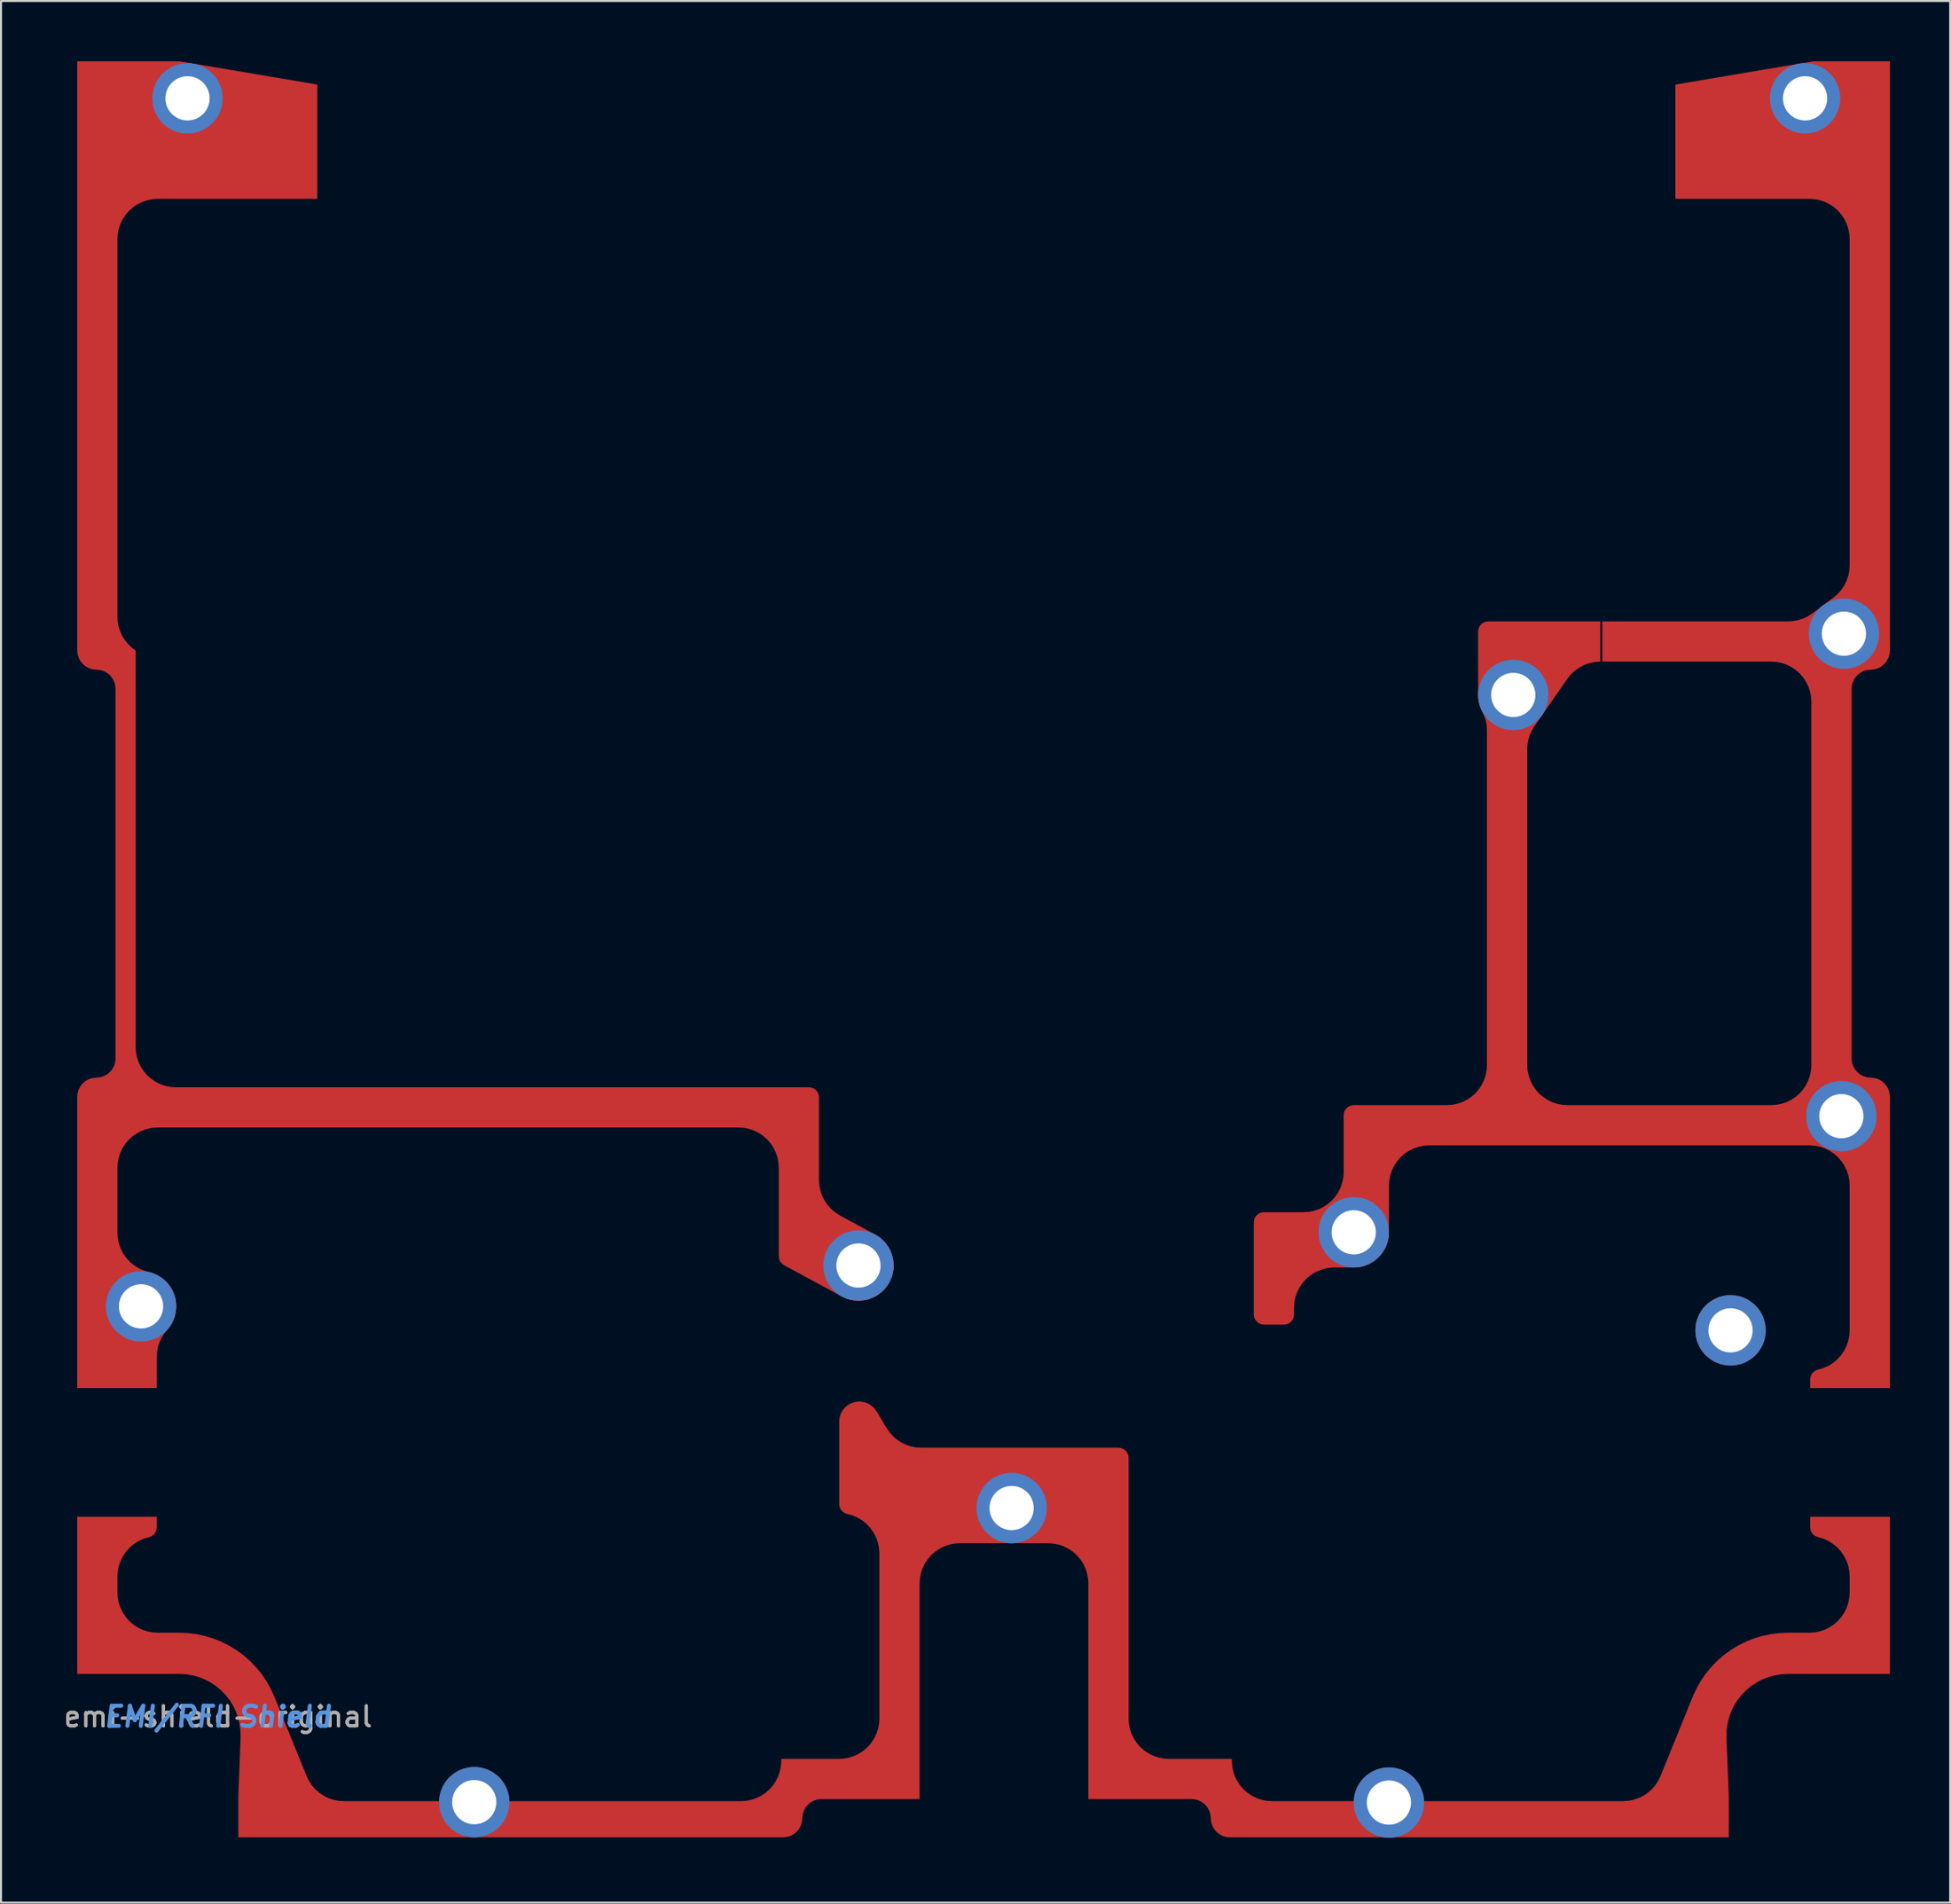
<source format=kicad_pcb>
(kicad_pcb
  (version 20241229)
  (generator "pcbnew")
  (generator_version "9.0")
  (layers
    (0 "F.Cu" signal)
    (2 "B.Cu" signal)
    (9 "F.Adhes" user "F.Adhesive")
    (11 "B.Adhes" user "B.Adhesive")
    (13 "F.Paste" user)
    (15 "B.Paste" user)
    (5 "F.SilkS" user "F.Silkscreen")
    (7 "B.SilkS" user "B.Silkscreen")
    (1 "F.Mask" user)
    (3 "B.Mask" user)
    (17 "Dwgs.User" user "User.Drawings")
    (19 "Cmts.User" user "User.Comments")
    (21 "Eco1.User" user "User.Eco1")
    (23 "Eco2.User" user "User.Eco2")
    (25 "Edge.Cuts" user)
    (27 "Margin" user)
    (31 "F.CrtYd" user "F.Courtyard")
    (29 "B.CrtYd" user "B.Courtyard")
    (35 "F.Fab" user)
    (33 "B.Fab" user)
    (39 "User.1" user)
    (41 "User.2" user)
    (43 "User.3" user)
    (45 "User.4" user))
  (footprint "emi-shield-original"
    (layer "F.Cu")
    (at 0.792 88.354)
    (property "Reference" "emi-shield-original" (at 7 -6 0) (layer "F.SilkS") (effects (font (size 1 1) (thickness 0.15))))
    (attr through_hole)
    (fp_text user "EMI/RFI Shield" (at 7 -6 0) (layer "Cmts.User") (effects (font (size 1 1) (thickness 0.2) (italic yes))))
    (fp_text user "${REFERENCE}" (at 7 -6 0) (layer "F.Fab") (effects (font (size 1 1) (thickness 0.15))))
    (pad "1" smd custom (at 1.271 -23.432) (size 0.755 0.755) (layers "F.Cu" "F.Mask") (options (anchor circle)) (primitives (gr_poly (pts (xy -1.271 -13.411) (xy -1.253 -13.597) (xy -1.198 -13.776) (xy -1.11 -13.94) (xy -0.992 -14.085) (xy -0.848 -14.203) (xy -0.683 -14.291) (xy -0.504 -14.345) (xy -0.318 -14.364) (xy -0.133 -14.382) (xy 0.046 -14.436) (xy 0.211 -14.524) (xy 0.355 -14.642) (xy 0.474 -14.787) (xy 0.562 -14.952) (xy 0.616 -15.13) (xy 0.634 -15.316) (xy 0.634 -33.706) (xy 0.616 -33.891) (xy 0.562 -34.07) (xy 0.474 -34.235) (xy 0.355 -34.379) (xy 0.211 -34.498) (xy 0.046 -34.586) (xy -0.133 -34.64) (xy -0.318 -34.658) (xy -0.504 -34.676) (xy -0.683 -34.731) (xy -0.848 -34.819) (xy -0.992 -34.937) (xy -1.11 -35.081) (xy -1.198 -35.246) (xy -1.253 -35.425) (xy -1.271 -35.611) (xy -1.271 -64.922) (xy 3.819 -64.922) (xy 10.669 -63.765) (xy 10.669 -58.081) (xy 2.729 -58.081) (xy 2.468 -58.063) (xy 2.211 -58.012) (xy 1.964 -57.928) (xy 1.729 -57.813) (xy 1.512 -57.667) (xy 1.315 -57.495) (xy 1.142 -57.298) (xy 0.997 -57.081) (xy 0.881 -56.846) (xy 0.797 -56.598) (xy 0.746 -56.342) (xy 0.729 -56.081) (xy 0.729 -37.284) (xy 0.744 -37.037) (xy 0.79 -36.794) (xy 0.866 -36.558) (xy 0.97 -36.333) (xy 1.101 -36.123) (xy 1.257 -35.93) (xy 1.436 -35.759) (xy 1.634 -35.611) (xy 1.634 -15.882) (xy 1.651 -15.621) (xy 1.702 -15.365) (xy 1.786 -15.117) (xy 1.902 -14.882) (xy 2.047 -14.665) (xy 2.22 -14.468) (xy 2.417 -14.296) (xy 2.634 -14.15) (xy 2.869 -14.035) (xy 3.116 -13.95) (xy 3.373 -13.899) (xy 3.634 -13.882) (xy 35.127 -13.882) (xy 35.257 -13.865) (xy 35.377 -13.815) (xy 35.481 -13.736) (xy 35.56 -13.632) (xy 35.61 -13.512) (xy 35.627 -13.382) (xy 35.627 -9.262) (xy 35.645 -8.994) (xy 35.699 -8.732) (xy 35.787 -8.478) (xy 35.909 -8.239) (xy 36.061 -8.018) (xy 36.242 -7.82) (xy 36.448 -7.647) (xy 36.674 -7.504) (xy 38.425 -6.555) (xy 38.645 -6.414) (xy 38.842 -6.241) (xy 39.01 -6.041) (xy 39.147 -5.818) (xy 39.249 -5.577) (xy 39.314 -5.324) (xy 39.341 -5.064) (xy 39.328 -4.802) (xy 39.277 -4.546) (xy 39.188 -4.3) (xy 39.063 -4.07) (xy 38.906 -3.861) (xy 38.719 -3.678) (xy 38.507 -3.525) (xy 38.274 -3.405) (xy 38.027 -3.322) (xy 37.769 -3.276) (xy 37.508 -3.269) (xy 37.248 -3.301) (xy 36.996 -3.371) (xy 36.758 -3.478) (xy 33.889 -5.032) (xy 33.781 -5.111) (xy 33.698 -5.216) (xy 33.645 -5.339) (xy 33.627 -5.472) (xy 33.627 -9.882) (xy 33.61 -10.143) (xy 33.559 -10.4) (xy 33.475 -10.648) (xy 33.359 -10.882) (xy 33.214 -11.1) (xy 33.042 -11.297) (xy 32.845 -11.469) (xy 32.627 -11.614) (xy 32.393 -11.73) (xy 32.145 -11.814) (xy 31.888 -11.865) (xy 31.627 -11.882) (xy 2.729 -11.882) (xy 2.468 -11.865) (xy 2.211 -11.814) (xy 1.964 -11.73) (xy 1.729 -11.614) (xy 1.512 -11.469) (xy 1.315 -11.297) (xy 1.142 -11.1) (xy 0.997 -10.882) (xy 0.881 -10.648) (xy 0.797 -10.4) (xy 0.746 -10.143) (xy 0.729 -9.882) (xy 0.729 -6.643) (xy 0.747 -6.374) (xy 0.801 -6.11) (xy 0.891 -5.855) (xy 1.013 -5.615) (xy 1.167 -5.394) (xy 1.349 -5.195) (xy 1.557 -5.022) (xy 1.785 -4.88) (xy 2.031 -4.769) (xy 2.289 -4.692) (xy 2.538 -4.616) (xy 2.773 -4.503) (xy 2.989 -4.358) (xy 3.181 -4.181) (xy 3.344 -3.979) (xy 3.476 -3.754) (xy 3.573 -3.512) (xy 3.633 -3.259) (xy 3.654 -2.999) (xy 3.637 -2.739) (xy 3.581 -2.485) (xy 3.489 -2.241) (xy 3.361 -2.015) (xy 3.201 -1.809) (xy 3.047 -1.618) (xy 2.919 -1.409) (xy 2.817 -1.186) (xy 2.742 -0.952) (xy 2.698 -0.711) (xy 2.683 -0.466) (xy 2.683 1.08) (xy -1.271 1.08)) (width 0) (fill yes))))
    (pad "1" smd custom (at 1.432 -15.145) (size 0.992 0.992) (layers "F.Cu" "F.Mask") (options (anchor circle)) (primitives (gr_poly (pts (xy 2.521 -0.806) (xy 2.521 -0.274) (xy 2.503 -0.141) (xy 2.45 -0.017) (xy 2.366 0.088) (xy 2.257 0.167) (xy 2.13 0.214) (xy 1.872 0.29) (xy 1.625 0.401) (xy 1.397 0.544) (xy 1.189 0.716) (xy 1.006 0.915) (xy 0.852 1.137) (xy 0.729 1.377) (xy 0.64 1.632) (xy 0.586 1.896) (xy 0.568 2.165) (xy 0.568 2.965) (xy 0.585 3.226) (xy 0.636 3.483) (xy 0.72 3.731) (xy 0.836 3.965) (xy 0.981 4.183) (xy 1.153 4.38) (xy 1.35 4.552) (xy 1.568 4.697) (xy 1.802 4.813) (xy 2.05 4.897) (xy 2.307 4.948) (xy 2.568 4.965) (xy 3.648 4.965) (xy 4.079 4.984) (xy 4.507 5.038) (xy 4.929 5.129) (xy 5.341 5.255) (xy 5.742 5.415) (xy 6.128 5.609) (xy 6.495 5.835) (xy 6.843 6.09) (xy 7.168 6.375) (xy 7.467 6.686) (xy 7.739 7.021) (xy 7.982 7.377) (xy 8.193 7.753) (xy 8.373 8.146) (xy 9.978 12.098) (xy 10.093 12.335) (xy 10.238 12.554) (xy 10.41 12.753) (xy 10.607 12.927) (xy 10.826 13.074) (xy 11.061 13.191) (xy 11.31 13.276) (xy 11.568 13.328) (xy 11.831 13.345) (xy 31.588 13.345) (xy 31.849 13.328) (xy 32.106 13.277) (xy 32.353 13.193) (xy 32.588 13.077) (xy 32.806 12.932) (xy 33.002 12.76) (xy 33.175 12.563) (xy 33.32 12.345) (xy 33.436 12.111) (xy 33.52 11.863) (xy 33.571 11.606) (xy 33.588 11.345) (xy 33.588 11.24) (xy 36.47 11.24) (xy 36.731 11.223) (xy 36.987 11.172) (xy 37.235 11.088) (xy 37.47 10.972) (xy 37.687 10.827) (xy 37.884 10.655) (xy 38.056 10.458) (xy 38.202 10.24) (xy 38.317 10.006) (xy 38.401 9.758) (xy 38.452 9.501) (xy 38.47 9.24) (xy 38.47 1.017) (xy 38.451 0.744) (xy 38.395 0.476) (xy 38.303 0.218) (xy 38.177 -0.025) (xy 38.019 -0.248) (xy 37.832 -0.448) (xy 37.619 -0.62) (xy 37.385 -0.761) (xy 37.133 -0.87) (xy 36.87 -0.943) (xy 36.741 -0.988) (xy 36.629 -1.066) (xy 36.543 -1.172) (xy 36.488 -1.297) (xy 36.47 -1.433) (xy 36.47 -5.538) (xy 36.49 -5.736) (xy 36.549 -5.927) (xy 36.644 -6.102) (xy 36.773 -6.255) (xy 36.929 -6.379) (xy 37.107 -6.47) (xy 37.299 -6.523) (xy 37.499 -6.537) (xy 37.697 -6.512) (xy 37.886 -6.447) (xy 38.058 -6.346) (xy 38.207 -6.213) (xy 38.326 -6.054) (xy 38.836 -5.206) (xy 38.983 -4.995) (xy 39.155 -4.804) (xy 39.35 -4.637) (xy 39.566 -4.497) (xy 39.797 -4.385) (xy 40.041 -4.304) (xy 40.293 -4.254) (xy 40.55 -4.238) (xy 50.368 -4.238) (xy 50.497 -4.221) (xy 50.618 -4.171) (xy 50.721 -4.091) (xy 50.801 -3.988) (xy 50.851 -3.867) (xy 50.868 -3.738) (xy 50.868 9.24) (xy 50.885 9.501) (xy 50.936 9.758) (xy 51.02 10.006) (xy 51.136 10.24) (xy 51.281 10.458) (xy 51.453 10.655) (xy 51.65 10.827) (xy 51.868 10.972) (xy 52.102 11.088) (xy 52.35 11.172) (xy 52.607 11.223) (xy 52.868 11.24) (xy 56.003 11.24) (xy 56.003 11.345) (xy 56.02 11.606) (xy 56.071 11.863) (xy 56.155 12.111) (xy 56.271 12.345) (xy 56.416 12.563) (xy 56.589 12.76) (xy 56.786 12.932) (xy 57.003 13.077) (xy 57.238 13.193) (xy 57.485 13.277) (xy 57.742 13.328) (xy 58.003 13.345) (xy 75.475 13.345) (xy 75.737 13.328) (xy 75.995 13.276) (xy 76.244 13.191) (xy 76.48 13.074) (xy 76.698 12.927) (xy 76.895 12.753) (xy 77.068 12.554) (xy 77.213 12.335) (xy 77.328 12.098) (xy 78.932 8.146) (xy 79.112 7.754) (xy 79.323 7.378) (xy 79.566 7.021) (xy 79.838 6.686) (xy 80.137 6.375) (xy 80.462 6.091) (xy 80.81 5.835) (xy 81.177 5.609) (xy 81.563 5.415) (xy 81.964 5.255) (xy 82.376 5.129) (xy 82.798 5.038) (xy 83.226 4.984) (xy 83.658 4.965) (xy 84.738 4.965) (xy 84.999 4.948) (xy 85.255 4.897) (xy 85.503 4.813) (xy 85.738 4.697) (xy 85.955 4.552) (xy 86.152 4.38) (xy 86.324 4.183) (xy 86.47 3.965) (xy 86.585 3.731) (xy 86.669 3.483) (xy 86.72 3.226) (xy 86.738 2.965) (xy 86.738 2.165) (xy 86.719 1.895) (xy 86.665 1.63) (xy 86.575 1.374) (xy 86.451 1.134) (xy 86.296 0.912) (xy 86.112 0.713) (xy 85.903 0.54) (xy 85.673 0.398) (xy 85.426 0.287) (xy 85.166 0.212) (xy 85.039 0.165) (xy 84.929 0.086) (xy 84.844 -0.019) (xy 84.791 -0.143) (xy 84.773 -0.277) (xy 84.773 -0.806) (xy 88.738 -0.806) (xy 88.738 7.015) (xy 83.658 7.015) (xy 83.331 7.033) (xy 83.008 7.085) (xy 82.692 7.172) (xy 82.388 7.292) (xy 82.098 7.444) (xy 81.826 7.626) (xy 81.575 7.837) (xy 81.349 8.072) (xy 81.148 8.331) (xy 80.977 8.61) (xy 80.837 8.906) (xy 80.729 9.215) (xy 80.654 9.533) (xy 80.615 9.858) (xy 80.61 10.185) (xy 80.723 13.065) (xy 80.723 15.145) (xy 55.908 15.145) (xy 55.722 15.127) (xy 55.544 15.073) (xy 55.379 14.985) (xy 55.235 14.866) (xy 55.116 14.722) (xy 55.028 14.557) (xy 54.974 14.379) (xy 54.956 14.193) (xy 54.937 14.007) (xy 54.883 13.828) (xy 54.795 13.664) (xy 54.677 13.519) (xy 54.532 13.401) (xy 54.368 13.313) (xy 54.189 13.259) (xy 54.003 13.24) (xy 48.868 13.24) (xy 48.868 2.512) (xy 48.85 2.251) (xy 48.799 1.995) (xy 48.715 1.747) (xy 48.6 1.512) (xy 48.454 1.295) (xy 48.282 1.098) (xy 48.085 0.925) (xy 47.868 0.78) (xy 47.633 0.664) (xy 47.385 0.58) (xy 47.129 0.529) (xy 46.868 0.512) (xy 42.47 0.512) (xy 42.209 0.529) (xy 41.952 0.58) (xy 41.704 0.664) (xy 41.47 0.78) (xy 41.252 0.925) (xy 41.055 1.098) (xy 40.883 1.295) (xy 40.738 1.512) (xy 40.622 1.747) (xy 40.538 1.995) (xy 40.487 2.251) (xy 40.47 2.512) (xy 40.47 13.24) (xy 35.588 13.24) (xy 35.402 13.259) (xy 35.224 13.313) (xy 35.059 13.401) (xy 34.915 13.519) (xy 34.796 13.664) (xy 34.708 13.828) (xy 34.654 14.007) (xy 34.636 14.193) (xy 34.617 14.379) (xy 34.563 14.557) (xy 34.475 14.722) (xy 34.357 14.866) (xy 34.212 14.985) (xy 34.048 15.073) (xy 33.869 15.127) (xy 33.683 15.145) (xy 6.582 15.145) (xy 6.582 13.065) (xy 6.695 10.185) (xy 6.69 9.858) (xy 6.651 9.533) (xy 6.576 9.214) (xy 6.468 8.905) (xy 6.328 8.61) (xy 6.157 8.331) (xy 5.956 8.072) (xy 5.73 7.836) (xy 5.479 7.626) (xy 5.207 7.444) (xy 4.917 7.292) (xy 4.613 7.172) (xy 4.297 7.085) (xy 3.974 7.033) (xy 3.648 7.015) (xy -1.432 7.015) (xy -1.432 -0.806)) (width 0) (fill yes))))
    (pad "1" thru_hole circle (at 3.175 -26.416) (size 3.5 3.5) (drill 2.2) (layers "*.Cu" "*.Mask"))
    (pad "1" thru_hole circle (at 5.486 -86.512) (size 3.5 3.5) (drill 2.2) (layers "*.Cu" "*.Mask"))
    (pad "1" thru_hole circle (at 19.75 -1.75) (size 3.5 3.5) (drill 2.2) (layers "*.Cu" "*.Mask"))
    (pad "1" thru_hole circle (at 38.862 -28.448) (size 3.5 3.5) (drill 2.2) (layers "*.Cu" "*.Mask"))
    (pad "1" thru_hole circle (at 46.482 -16.383) (size 3.5 3.5) (drill 2.2) (layers "*.Cu" "*.Mask"))
    (pad "1" thru_hole circle (at 63.5 -30.099) (size 3.5 3.5) (drill 2.2) (layers "*.Cu" "*.Mask"))
    (pad "1" thru_hole circle (at 65.25 -1.73) (size 3.5 3.5) (drill 2.2) (layers "*.Cu" "*.Mask"))
    (pad "1" thru_hole circle (at 71.437 -56.832) (size 3.5 3.5) (drill 2.2) (layers "*.Cu" "*.Mask"))
    (pad "1" smd custom (at 73.456 -59.198) (size 1.208 1.208) (layers "F.Cu" "F.Mask") (options (anchor circle)) (primitives (gr_poly (pts (xy 16.714 0.156) (xy 16.696 0.342) (xy 16.642 0.521) (xy 16.554 0.685) (xy 16.435 0.83) (xy 16.291 0.948) (xy 16.126 1.036) (xy 15.948 1.09) (xy 15.762 1.109) (xy 15.576 1.127) (xy 15.397 1.181) (xy 15.233 1.269) (xy 15.088 1.388) (xy 14.97 1.532) (xy 14.882 1.697) (xy 14.828 1.875) (xy 14.809 2.061) (xy 14.809 20.451) (xy 14.828 20.636) (xy 14.882 20.815) (xy 14.97 20.98) (xy 15.088 21.124) (xy 15.233 21.243) (xy 15.397 21.331) (xy 15.576 21.385) (xy 15.762 21.403) (xy 15.948 21.421) (xy 16.126 21.476) (xy 16.291 21.564) (xy 16.435 21.682) (xy 16.554 21.826) (xy 16.642 21.991) (xy 16.696 22.17) (xy 16.714 22.356) (xy 16.714 36.846) (xy 12.749 36.846) (xy 12.749 36.418) (xy 12.768 36.284) (xy 12.821 36.16) (xy 12.906 36.055) (xy 13.016 35.976) (xy 13.142 35.93) (xy 13.402 35.854) (xy 13.65 35.744) (xy 13.88 35.601) (xy 14.089 35.429) (xy 14.273 35.23) (xy 14.428 35.008) (xy 14.551 34.767) (xy 14.641 34.512) (xy 14.696 34.246) (xy 14.714 33.976) (xy 14.714 26.773) (xy 14.697 26.512) (xy 14.646 26.256) (xy 14.562 26.008) (xy 14.446 25.773) (xy 14.301 25.556) (xy 14.129 25.359) (xy 13.932 25.187) (xy 13.714 25.041) (xy 13.48 24.926) (xy 13.232 24.842) (xy 12.975 24.79) (xy 12.714 24.773) (xy -6.205 24.773) (xy -6.466 24.79) (xy -6.723 24.842) (xy -6.971 24.926) (xy -7.205 25.041) (xy -7.423 25.187) (xy -7.62 25.359) (xy -7.792 25.556) (xy -7.937 25.773) (xy -8.053 26.008) (xy -8.137 26.256) (xy -8.188 26.512) (xy -8.205 26.773) (xy -8.205 29.099) (xy -8.223 29.348) (xy -8.276 29.592) (xy -8.364 29.826) (xy -8.483 30.045) (xy -8.633 30.245) (xy -8.809 30.422) (xy -9.009 30.571) (xy -9.228 30.691) (xy -9.462 30.778) (xy -9.706 30.831) (xy -9.955 30.849) (xy -10.928 30.849) (xy -11.189 30.866) (xy -11.445 30.917) (xy -11.693 31.001) (xy -11.928 31.117) (xy -12.145 31.262) (xy -12.342 31.435) (xy -12.514 31.632) (xy -12.66 31.849) (xy -12.775 32.084) (xy -12.859 32.332) (xy -12.91 32.588) (xy -12.928 32.849) (xy -12.928 33.19) (xy -12.945 33.32) (xy -12.995 33.44) (xy -13.074 33.544) (xy -13.178 33.623) (xy -13.298 33.673) (xy -13.428 33.69) (xy -14.428 33.69) (xy -14.557 33.673) (xy -14.678 33.623) (xy -14.781 33.544) (xy -14.861 33.44) (xy -14.911 33.32) (xy -14.928 33.19) (xy -14.928 28.599) (xy -14.911 28.47) (xy -14.861 28.349) (xy -14.781 28.246) (xy -14.678 28.166) (xy -14.557 28.116) (xy -14.428 28.099) (xy -12.456 28.099) (xy -12.195 28.082) (xy -11.938 28.031) (xy -11.69 27.947) (xy -11.456 27.831) (xy -11.238 27.686) (xy -11.041 27.513) (xy -10.869 27.317) (xy -10.724 27.099) (xy -10.608 26.865) (xy -10.524 26.617) (xy -10.473 26.36) (xy -10.456 26.099) (xy -10.456 23.273) (xy -10.439 23.144) (xy -10.389 23.023) (xy -10.309 22.92) (xy -10.206 22.84) (xy -10.085 22.79) (xy -9.956 22.773) (xy -5.328 22.773) (xy -5.067 22.756) (xy -4.81 22.705) (xy -4.562 22.621) (xy -4.328 22.505) (xy -4.11 22.36) (xy -3.913 22.188) (xy -3.741 21.991) (xy -3.596 21.773) (xy -3.48 21.539) (xy -3.396 21.291) (xy -3.345 21.034) (xy -3.328 20.773) (xy -3.328 4.13) (xy -3.343 3.886) (xy -3.387 3.645) (xy -3.461 3.412) (xy -3.563 3.189) (xy -3.652 2.995) (xy -3.716 2.79) (xy -3.755 2.58) (xy -3.768 2.366) (xy -3.768 -0.793) (xy -3.751 -0.923) (xy -3.701 -1.043) (xy -3.622 -1.147) (xy -3.518 -1.226) (xy -3.398 -1.276) (xy -3.268 -1.293) (xy 2.309 -1.293) (xy 2.309 0.707) (xy 2.035 0.726) (xy 1.765 0.782) (xy 1.506 0.875) (xy 1.262 1.003) (xy 1.038 1.163) (xy 0.838 1.352) (xy 0.666 1.567) (xy -0.971 3.926) (xy -1.097 4.133) (xy -1.197 4.354) (xy -1.269 4.586) (xy -1.313 4.824) (xy -1.328 5.066) (xy -1.328 20.773) (xy -1.31 21.034) (xy -1.259 21.291) (xy -1.175 21.539) (xy -1.06 21.773) (xy -0.914 21.991) (xy -0.742 22.188) (xy -0.545 22.36) (xy -0.328 22.505) (xy -0.093 22.621) (xy 0.155 22.705) (xy 0.411 22.756) (xy 0.672 22.773) (xy 10.809 22.773) (xy 11.07 22.756) (xy 11.327 22.705) (xy 11.575 22.621) (xy 11.809 22.505) (xy 12.027 22.36) (xy 12.224 22.188) (xy 12.396 21.991) (xy 12.541 21.773) (xy 12.657 21.539) (xy 12.741 21.291) (xy 12.792 21.034) (xy 12.809 20.773) (xy 12.809 2.707) (xy 12.792 2.446) (xy 12.741 2.189) (xy 12.657 1.941) (xy 12.541 1.707) (xy 12.396 1.489) (xy 12.224 1.293) (xy 12.027 1.12) (xy 11.809 0.975) (xy 11.575 0.859) (xy 11.327 0.775) (xy 11.07 0.724) (xy 10.809 0.707) (xy 2.409 0.707) (xy 2.409 -1.293) (xy 11.658 -1.293) (xy 11.913 -1.31) (xy 12.165 -1.359) (xy 12.408 -1.439) (xy 12.639 -1.55) (xy 12.854 -1.69) (xy 13.91 -2.479) (xy 14.112 -2.651) (xy 14.289 -2.849) (xy 14.439 -3.068) (xy 14.558 -3.306) (xy 14.644 -3.557) (xy 14.697 -3.817) (xy 14.714 -4.082) (xy 14.714 -20.314) (xy 14.697 -20.575) (xy 14.646 -20.831) (xy 14.562 -21.079) (xy 14.446 -21.314) (xy 14.301 -21.531) (xy 14.129 -21.728) (xy 13.932 -21.901) (xy 13.714 -22.046) (xy 13.48 -22.162) (xy 13.232 -22.246) (xy 12.975 -22.297) (xy 12.714 -22.314) (xy 6.044 -22.314) (xy 6.044 -27.998) (xy 12.894 -29.156) (xy 16.714 -29.156)) (width 0) (fill yes))))
    (pad "1" thru_hole circle (at 82.245 -25.222) (size 3.5 3.5) (drill 2.2) (layers "*.Cu" "*.Mask"))
    (pad "1" thru_hole circle (at 85.953 -86.512) (size 3.5 3.5) (drill 2.2) (layers "*.Cu" "*.Mask"))
    (pad "1" thru_hole circle (at 87.757 -35.877) (size 3.5 3.5) (drill 2.2) (layers "*.Cu" "*.Mask"))
    (pad "1" thru_hole circle (at 87.884 -59.88) (size 3.5 3.5) (drill 2.2) (layers "*.Cu" "*.Mask")))
  (gr_rect
    (start -3 -3)
    (end 93.962 91.604)
    (stroke (width 0.1) (type default))
    (fill no)
    (layer "Edge.Cuts")))
</source>
